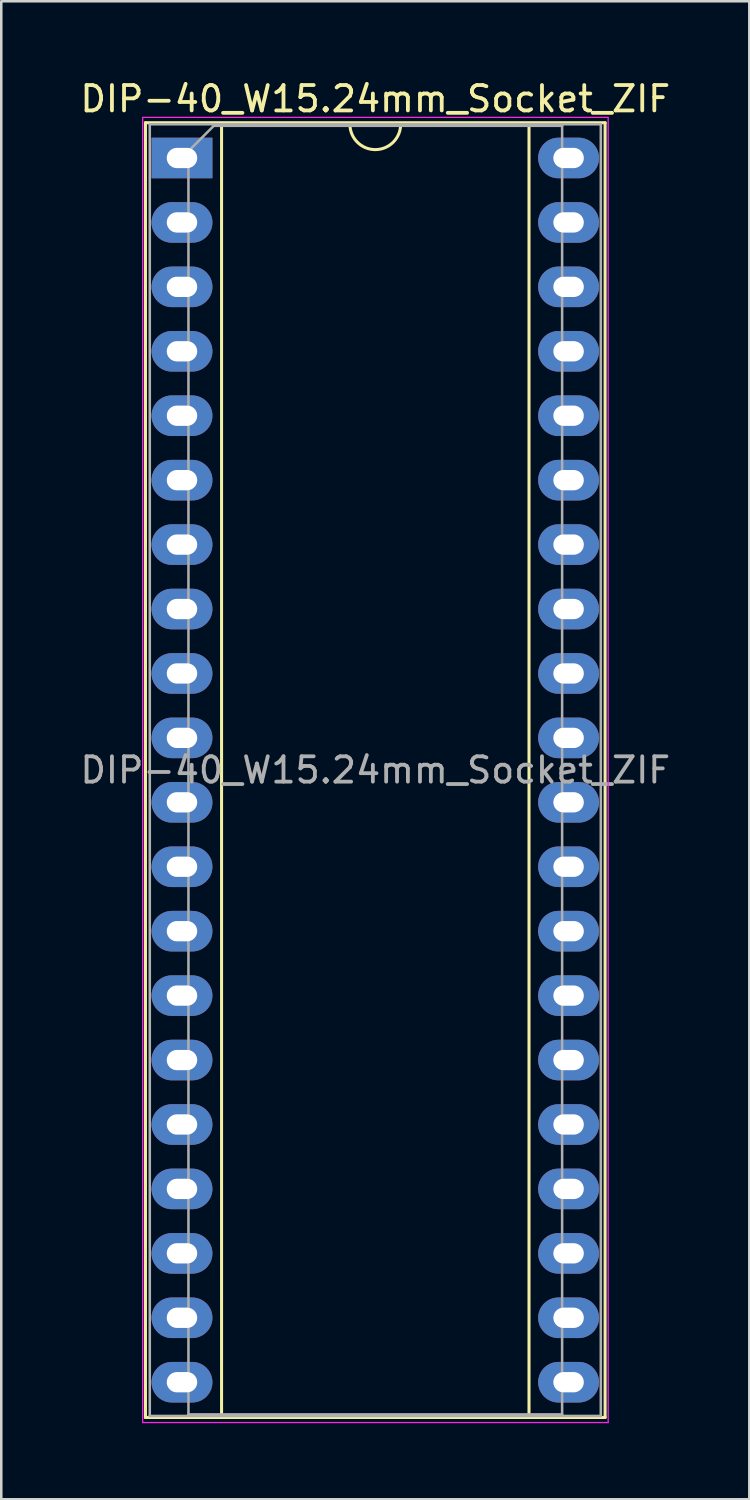
<source format=kicad_pcb>
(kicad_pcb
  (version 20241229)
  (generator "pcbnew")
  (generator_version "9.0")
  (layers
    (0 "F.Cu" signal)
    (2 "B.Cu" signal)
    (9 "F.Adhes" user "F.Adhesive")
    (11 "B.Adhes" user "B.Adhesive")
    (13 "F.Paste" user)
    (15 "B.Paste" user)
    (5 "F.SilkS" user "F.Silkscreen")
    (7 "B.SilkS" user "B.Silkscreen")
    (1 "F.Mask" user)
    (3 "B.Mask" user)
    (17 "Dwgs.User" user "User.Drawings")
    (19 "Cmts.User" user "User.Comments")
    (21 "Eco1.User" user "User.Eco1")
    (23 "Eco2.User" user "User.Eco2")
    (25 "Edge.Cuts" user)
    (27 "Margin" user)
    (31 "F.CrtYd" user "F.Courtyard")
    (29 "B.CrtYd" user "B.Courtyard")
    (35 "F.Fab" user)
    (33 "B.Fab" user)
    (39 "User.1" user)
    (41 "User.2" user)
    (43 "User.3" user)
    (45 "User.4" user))
  (footprint "DIP-40_W15.24mm_Socket_ZIF"
    (layer "F.Cu")
    (at 4.124 3.178)
    (property "Reference" "DIP-40_W15.24mm_Socket_ZIF" (at 7.62 -2.33 0) (layer "F.SilkS") (effects (font (size 1 1) (thickness 0.15))))
    (attr through_hole)
    (fp_line (start -1.44 -1.39) (end -1.44 49.65) (stroke (width 0.12) (type solid)) (layer "F.SilkS"))
    (fp_line (start -1.44 49.65) (end 16.68 49.65) (stroke (width 0.12) (type solid)) (layer "F.SilkS"))
    (fp_line (start 1.56 -1.33) (end 1.56 49.59) (stroke (width 0.12) (type solid)) (layer "F.SilkS"))
    (fp_line (start 1.56 49.59) (end 13.68 49.59) (stroke (width 0.12) (type solid)) (layer "F.SilkS"))
    (fp_line (start 6.62 -1.33) (end 1.56 -1.33) (stroke (width 0.12) (type solid)) (layer "F.SilkS"))
    (fp_line (start 13.68 -1.33) (end 8.62 -1.33) (stroke (width 0.12) (type solid)) (layer "F.SilkS"))
    (fp_line (start 13.68 49.59) (end 13.68 -1.33) (stroke (width 0.12) (type solid)) (layer "F.SilkS"))
    (fp_line (start 16.68 -1.39) (end -1.44 -1.39) (stroke (width 0.12) (type solid)) (layer "F.SilkS"))
    (fp_line (start 16.68 49.65) (end 16.68 -1.39) (stroke (width 0.12) (type solid)) (layer "F.SilkS"))
    (fp_arc (start 8.62 -1.33) (mid 7.62 -0.33) (end 6.62 -1.33) (stroke (width 0.12) (type solid)) (layer "F.SilkS"))
    (fp_line (start -1.55 -1.6) (end -1.55 49.85) (stroke (width 0.05) (type solid)) (layer "F.CrtYd"))
    (fp_line (start -1.55 49.85) (end 16.8 49.85) (stroke (width 0.05) (type solid)) (layer "F.CrtYd"))
    (fp_line (start 16.8 -1.6) (end -1.55 -1.6) (stroke (width 0.05) (type solid)) (layer "F.CrtYd"))
    (fp_line (start 16.8 49.85) (end 16.8 -1.6) (stroke (width 0.05) (type solid)) (layer "F.CrtYd"))
    (fp_line (start -1.27 -1.33) (end -1.27 49.59) (stroke (width 0.1) (type solid)) (layer "F.Fab"))
    (fp_line (start -1.27 49.59) (end 16.51 49.59) (stroke (width 0.1) (type solid)) (layer "F.Fab"))
    (fp_line (start 0.255 -0.27) (end 1.255 -1.27) (stroke (width 0.1) (type solid)) (layer "F.Fab"))
    (fp_line (start 0.255 49.53) (end 0.255 -0.27) (stroke (width 0.1) (type solid)) (layer "F.Fab"))
    (fp_line (start 1.255 -1.27) (end 14.985 -1.27) (stroke (width 0.1) (type solid)) (layer "F.Fab"))
    (fp_line (start 14.985 -1.27) (end 14.985 49.53) (stroke (width 0.1) (type solid)) (layer "F.Fab"))
    (fp_line (start 14.985 49.53) (end 0.255 49.53) (stroke (width 0.1) (type solid)) (layer "F.Fab"))
    (fp_line (start 16.51 -1.33) (end -1.27 -1.33) (stroke (width 0.1) (type solid)) (layer "F.Fab"))
    (fp_line (start 16.51 49.59) (end 16.51 -1.33) (stroke (width 0.1) (type solid)) (layer "F.Fab"))
    (fp_text user "${REFERENCE}" (at 7.62 24.13 0) (layer "F.Fab") (effects (font (size 1 1) (thickness 0.15))))
    (pad "1" thru_hole rect (at 0 0) (size 2.4 1.6) (drill oval 1.2 0.8) (layers "*.Cu" "*.Mask"))
    (pad "2" thru_hole oval (at 0 2.54) (size 2.4 1.6) (drill oval 1.2 0.8) (layers "*.Cu" "*.Mask"))
    (pad "3" thru_hole oval (at 0 5.08) (size 2.4 1.6) (drill oval 1.2 0.8) (layers "*.Cu" "*.Mask"))
    (pad "4" thru_hole oval (at 0 7.62) (size 2.4 1.6) (drill oval 1.2 0.8) (layers "*.Cu" "*.Mask"))
    (pad "5" thru_hole oval (at 0 10.16) (size 2.4 1.6) (drill oval 1.2 0.8) (layers "*.Cu" "*.Mask"))
    (pad "6" thru_hole oval (at 0 12.7) (size 2.4 1.6) (drill oval 1.2 0.8) (layers "*.Cu" "*.Mask"))
    (pad "7" thru_hole oval (at 0 15.24) (size 2.4 1.6) (drill oval 1.2 0.8) (layers "*.Cu" "*.Mask"))
    (pad "8" thru_hole oval (at 0 17.78) (size 2.4 1.6) (drill oval 1.2 0.8) (layers "*.Cu" "*.Mask"))
    (pad "9" thru_hole oval (at 0 20.32) (size 2.4 1.6) (drill oval 1.2 0.8) (layers "*.Cu" "*.Mask"))
    (pad "10" thru_hole oval (at 0 22.86) (size 2.4 1.6) (drill oval 1.2 0.8) (layers "*.Cu" "*.Mask"))
    (pad "11" thru_hole oval (at 0 25.4) (size 2.4 1.6) (drill oval 1.2 0.8) (layers "*.Cu" "*.Mask"))
    (pad "12" thru_hole oval (at 0 27.94) (size 2.4 1.6) (drill oval 1.2 0.8) (layers "*.Cu" "*.Mask"))
    (pad "13" thru_hole oval (at 0 30.48) (size 2.4 1.6) (drill oval 1.2 0.8) (layers "*.Cu" "*.Mask"))
    (pad "14" thru_hole oval (at 0 33.02) (size 2.4 1.6) (drill oval 1.2 0.8) (layers "*.Cu" "*.Mask"))
    (pad "15" thru_hole oval (at 0 35.56) (size 2.4 1.6) (drill oval 1.2 0.8) (layers "*.Cu" "*.Mask"))
    (pad "16" thru_hole oval (at 0 38.1) (size 2.4 1.6) (drill oval 1.2 0.8) (layers "*.Cu" "*.Mask"))
    (pad "17" thru_hole oval (at 0 40.64) (size 2.4 1.6) (drill oval 1.2 0.8) (layers "*.Cu" "*.Mask"))
    (pad "18" thru_hole oval (at 0 43.18) (size 2.4 1.6) (drill oval 1.2 0.8) (layers "*.Cu" "*.Mask"))
    (pad "19" thru_hole oval (at 0 45.72) (size 2.4 1.6) (drill oval 1.2 0.8) (layers "*.Cu" "*.Mask"))
    (pad "20" thru_hole oval (at 0 48.26) (size 2.4 1.6) (drill oval 1.2 0.8) (layers "*.Cu" "*.Mask"))
    (pad "21" thru_hole oval (at 15.24 48.26) (size 2.4 1.6) (drill oval 1.2 0.8) (layers "*.Cu" "*.Mask"))
    (pad "22" thru_hole oval (at 15.24 45.72) (size 2.4 1.6) (drill oval 1.2 0.8) (layers "*.Cu" "*.Mask"))
    (pad "23" thru_hole oval (at 15.24 43.18) (size 2.4 1.6) (drill oval 1.2 0.8) (layers "*.Cu" "*.Mask"))
    (pad "24" thru_hole oval (at 15.24 40.64) (size 2.4 1.6) (drill oval 1.2 0.8) (layers "*.Cu" "*.Mask"))
    (pad "25" thru_hole oval (at 15.24 38.1) (size 2.4 1.6) (drill oval 1.2 0.8) (layers "*.Cu" "*.Mask"))
    (pad "26" thru_hole oval (at 15.24 35.56) (size 2.4 1.6) (drill oval 1.2 0.8) (layers "*.Cu" "*.Mask"))
    (pad "27" thru_hole oval (at 15.24 33.02) (size 2.4 1.6) (drill oval 1.2 0.8) (layers "*.Cu" "*.Mask"))
    (pad "28" thru_hole oval (at 15.24 30.48) (size 2.4 1.6) (drill oval 1.2 0.8) (layers "*.Cu" "*.Mask"))
    (pad "29" thru_hole oval (at 15.24 27.94) (size 2.4 1.6) (drill oval 1.2 0.8) (layers "*.Cu" "*.Mask"))
    (pad "30" thru_hole oval (at 15.24 25.4) (size 2.4 1.6) (drill oval 1.2 0.8) (layers "*.Cu" "*.Mask"))
    (pad "31" thru_hole oval (at 15.24 22.86) (size 2.4 1.6) (drill oval 1.2 0.8) (layers "*.Cu" "*.Mask"))
    (pad "32" thru_hole oval (at 15.24 20.32) (size 2.4 1.6) (drill oval 1.2 0.8) (layers "*.Cu" "*.Mask"))
    (pad "33" thru_hole oval (at 15.24 17.78) (size 2.4 1.6) (drill oval 1.2 0.8) (layers "*.Cu" "*.Mask"))
    (pad "34" thru_hole oval (at 15.24 15.24) (size 2.4 1.6) (drill oval 1.2 0.8) (layers "*.Cu" "*.Mask"))
    (pad "35" thru_hole oval (at 15.24 12.7) (size 2.4 1.6) (drill oval 1.2 0.8) (layers "*.Cu" "*.Mask"))
    (pad "36" thru_hole oval (at 15.24 10.16) (size 2.4 1.6) (drill oval 1.2 0.8) (layers "*.Cu" "*.Mask"))
    (pad "37" thru_hole oval (at 15.24 7.62) (size 2.4 1.6) (drill oval 1.2 0.8) (layers "*.Cu" "*.Mask"))
    (pad "38" thru_hole oval (at 15.24 5.08) (size 2.4 1.6) (drill oval 1.2 0.8) (layers "*.Cu" "*.Mask"))
    (pad "39" thru_hole oval (at 15.24 2.54) (size 2.4 1.6) (drill oval 1.2 0.8) (layers "*.Cu" "*.Mask"))
    (pad "40" thru_hole oval (at 15.24 0) (size 2.4 1.6) (drill oval 1.2 0.8) (layers "*.Cu" "*.Mask")))
  (gr_rect
    (start -3 -3)
    (end 26.488 56.053)
    (stroke (width 0.1) (type default))
    (fill no)
    (layer "Edge.Cuts")))
</source>
